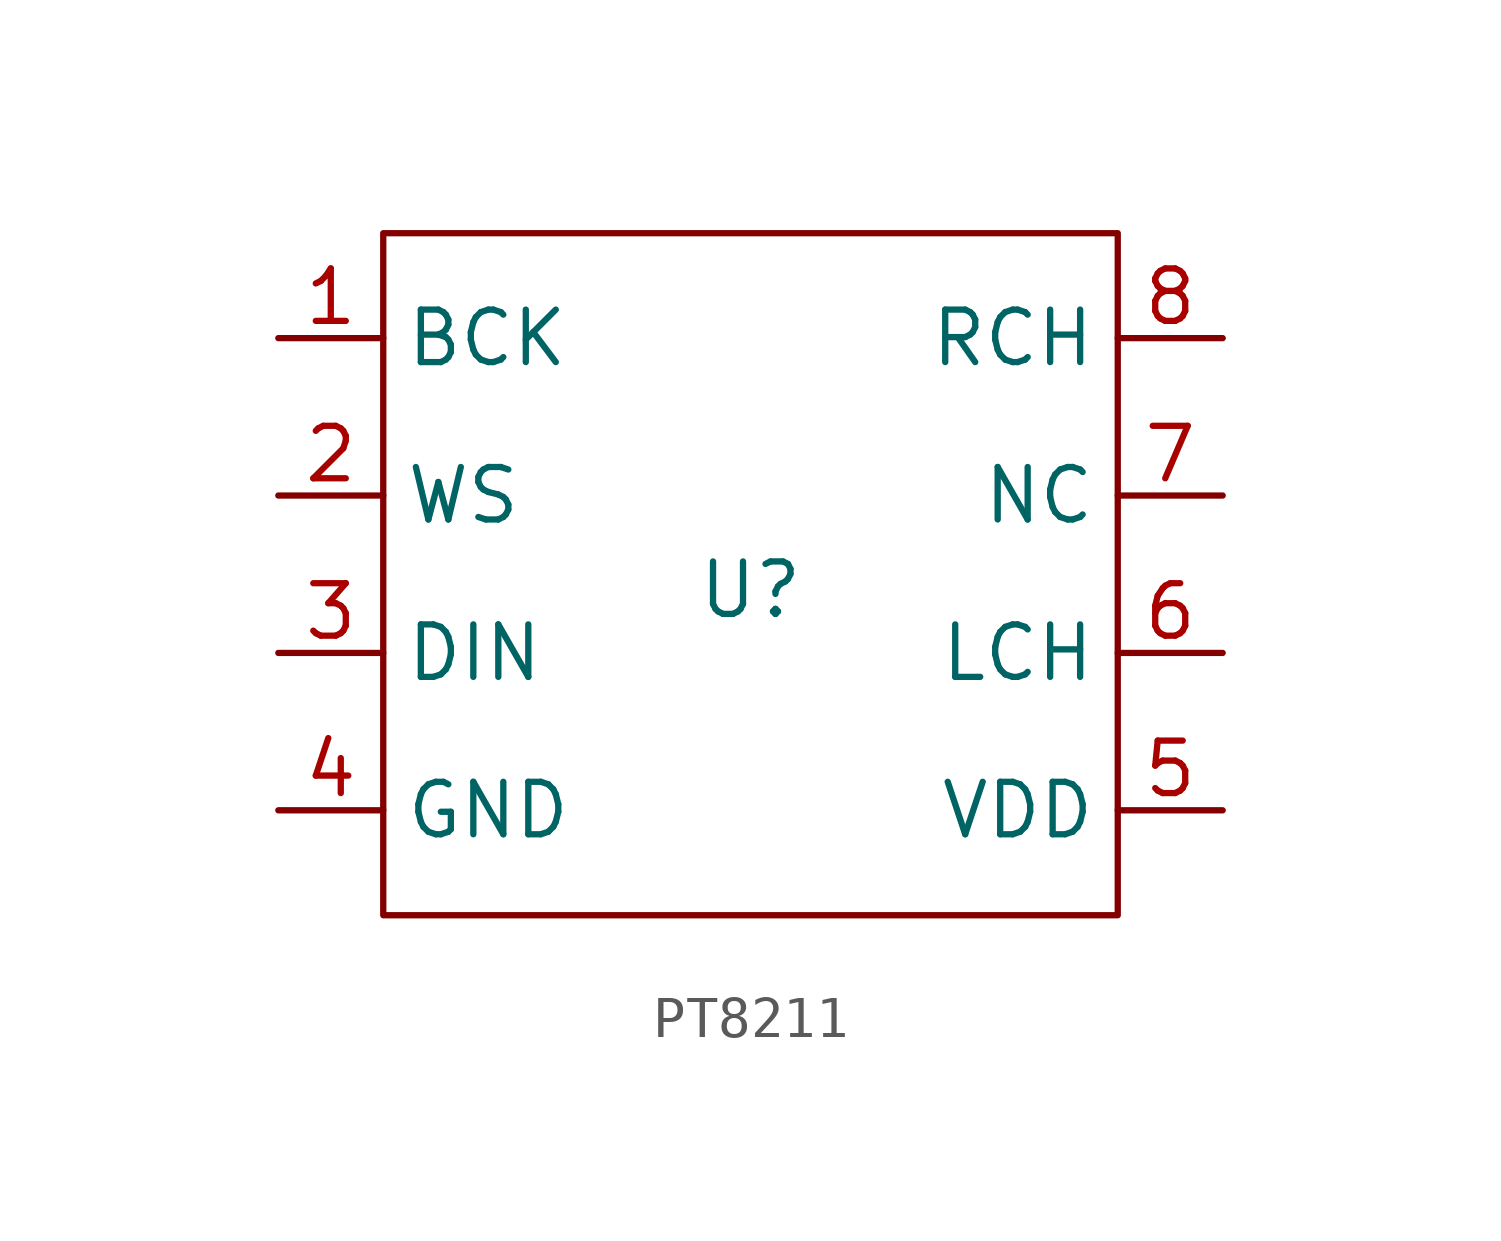
<source format=kicad_sym>
(kicad_symbol_lib
  (version 20231120)
  (generator "kicad_symbol_editor")
  (generator_version "8.0")
  (symbol "PT8211"
    (property "Reference" "U"
      (at 8.89 -2.286 0)
      (effects (font (size 1.27 1.27))))
    (property "Value" ""
      (at 0 0 0)
      (effects (font (size 1.27 1.27))))
    (symbol "PT8211_0_1"
      (rectangle (start 0 6.35) (end 17.78 -10.16) (stroke (width 0) (type default)) (fill (type none))))
    (symbol "PT8211_1_1"
      (pin input line (at -2.54 3.81 0) (length 2.54) (name "BCK" (effects (font (size 1.27 1.27)))) (number "1" (effects (font (size 1.27 1.27)))))
      (pin input line (at -2.54 0 0) (length 2.54) (name "WS" (effects (font (size 1.27 1.27)))) (number "2" (effects (font (size 1.27 1.27)))))
      (pin input line (at -2.54 -3.81 0) (length 2.54) (name "DIN" (effects (font (size 1.27 1.27)))) (number "3" (effects (font (size 1.27 1.27)))))
      (pin input line (at -2.54 -7.62 0) (length 2.54) (name "GND" (effects (font (size 1.27 1.27)))) (number "4" (effects (font (size 1.27 1.27)))))
      (pin input line (at 20.32 -7.62 180) (length 2.54) (name "VDD" (effects (font (size 1.27 1.27)))) (number "5" (effects (font (size 1.27 1.27)))))
      (pin input line (at 20.32 -3.81 180) (length 2.54) (name "LCH" (effects (font (size 1.27 1.27)))) (number "6" (effects (font (size 1.27 1.27)))))
      (pin input line (at 20.32 0 180) (length 2.54) (name "NC" (effects (font (size 1.27 1.27)))) (number "7" (effects (font (size 1.27 1.27)))))
      (pin input line (at 20.32 3.81 180) (length 2.54) (name "RCH" (effects (font (size 1.27 1.27)))) (number "8" (effects (font (size 1.27 1.27))))))))
</source>
